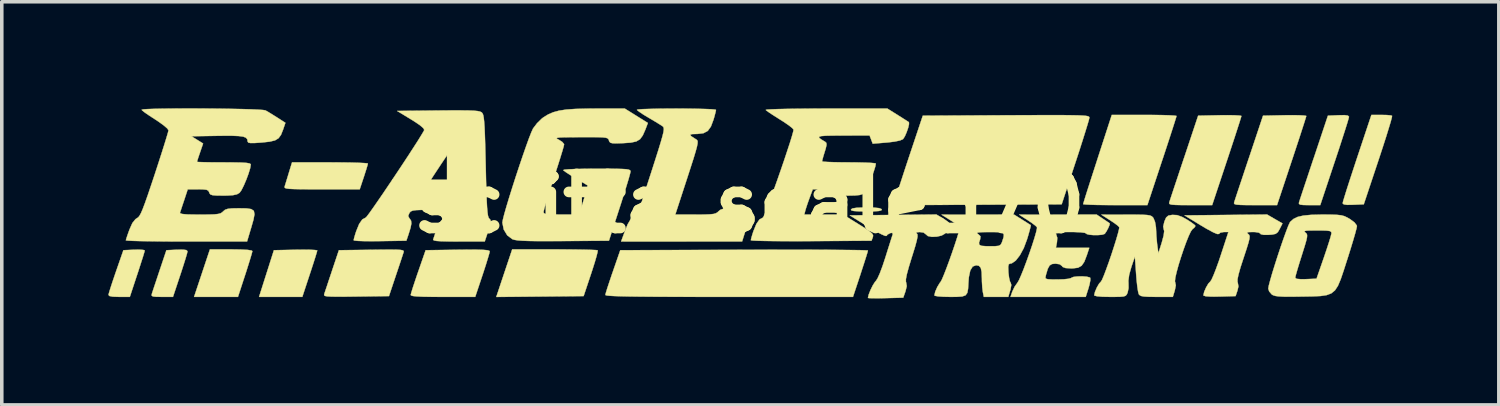
<source format=kicad_pcb>
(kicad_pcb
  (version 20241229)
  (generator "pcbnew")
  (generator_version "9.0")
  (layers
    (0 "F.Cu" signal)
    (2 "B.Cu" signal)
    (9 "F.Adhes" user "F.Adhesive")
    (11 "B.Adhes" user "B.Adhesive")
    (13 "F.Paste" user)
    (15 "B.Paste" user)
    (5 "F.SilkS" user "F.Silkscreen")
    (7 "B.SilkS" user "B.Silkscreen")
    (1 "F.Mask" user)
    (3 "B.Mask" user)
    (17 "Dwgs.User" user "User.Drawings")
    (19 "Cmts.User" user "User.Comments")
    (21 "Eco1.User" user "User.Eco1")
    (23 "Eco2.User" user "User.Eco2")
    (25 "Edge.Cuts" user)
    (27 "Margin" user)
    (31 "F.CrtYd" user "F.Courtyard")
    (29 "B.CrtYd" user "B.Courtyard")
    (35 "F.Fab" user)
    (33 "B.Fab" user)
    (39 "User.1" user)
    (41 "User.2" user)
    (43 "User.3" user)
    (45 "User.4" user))
  (footprint "scritta_scale570"
    (layer "F.Cu")
    (at 18.049 2.681)
    (property "Reference" "scritta_scale570" (at 0 0 0) (layer "F.SilkS") (effects (font (size 1.524 1.524) (thickness 0.3))))
    (attr through_hole)
    (fp_poly (pts (xy -14.315 1.296) (xy -14.123 1.306) (xy -14.016 1.323) (xy -13.992 1.34) (xy -14.006 1.397) (xy -14.042 1.522) (xy -14.097 1.7) (xy -14.164 1.913) (xy -14.195 2.008) (xy -14.398 2.629) (xy -15.634 2.629) (xy -15.411 1.961) (xy -15.188 1.292) (xy -14.59 1.292) (xy -14.315 1.296)) (stroke (width 0.01) (type solid)) (fill yes) (layer "F.SilkS"))
    (fp_poly (pts (xy -12.369 1.302) (xy -12.235 1.309) (xy -12.169 1.319) (xy -12.165 1.323) (xy -12.179 1.375) (xy -12.215 1.495) (xy -12.27 1.669) (xy -12.339 1.881) (xy -12.376 1.993) (xy -12.586 2.629) (xy -13.804 2.629) (xy -13.595 1.972) (xy -13.386 1.315) (xy -12.776 1.302) (xy -12.554 1.3) (xy -12.369 1.302)) (stroke (width 0.01) (type solid)) (fill yes) (layer "F.SilkS"))
    (fp_poly (pts (xy 3.518 0.116) (xy 3.657 0.13) (xy 3.724 0.156) (xy 3.732 0.167) (xy 3.718 0.194) (xy 3.648 0.211) (xy 3.511 0.22) (xy 3.298 0.223) (xy 3.083 0.22) (xy 2.946 0.211) (xy 2.877 0.194) (xy 2.863 0.167) (xy 2.907 0.138) (xy 3.021 0.12) (xy 3.213 0.112) (xy 3.298 0.111) (xy 3.518 0.116)) (stroke (width 0.01) (type solid)) (fill yes) (layer "F.SilkS"))
    (fp_poly (pts (xy -5.168 1.293) (xy -4.88 1.296) (xy -4.635 1.3) (xy -4.443 1.305) (xy -4.316 1.311) (xy -4.267 1.318) (xy -4.272 1.367) (xy -4.301 1.484) (xy -4.351 1.656) (xy -4.417 1.865) (xy -4.453 1.975) (xy -4.664 2.607) (xy -5.894 2.619) (xy -7.124 2.631) (xy -6.9 1.961) (xy -6.676 1.292) (xy -5.485 1.292) (xy -5.168 1.293)) (stroke (width 0.01) (type solid)) (fill yes) (layer "F.SilkS"))
    (fp_poly (pts (xy -17.065 1.307) (xy -17.022 1.322) (xy -17.022 1.322) (xy -17.036 1.374) (xy -17.072 1.495) (xy -17.128 1.669) (xy -17.196 1.881) (xy -17.233 1.993) (xy -17.443 2.629) (xy -17.745 2.629) (xy -17.922 2.623) (xy -18.018 2.604) (xy -18.044 2.573) (xy -18.029 2.513) (xy -17.99 2.385) (xy -17.932 2.207) (xy -17.86 1.995) (xy -17.833 1.916) (xy -17.624 1.315) (xy -17.323 1.301) (xy -17.173 1.299) (xy -17.065 1.307)) (stroke (width 0.01) (type solid)) (fill yes) (layer "F.SilkS"))
    (fp_poly (pts (xy -15.852 1.311) (xy -15.82 1.341) (xy -15.819 1.346) (xy -15.833 1.407) (xy -15.87 1.536) (xy -15.926 1.715) (xy -15.995 1.929) (xy -16.024 2.016) (xy -16.228 2.629) (xy -16.539 2.629) (xy -16.702 2.627) (xy -16.792 2.617) (xy -16.828 2.594) (xy -16.826 2.554) (xy -16.825 2.551) (xy -16.803 2.482) (xy -16.758 2.346) (xy -16.696 2.161) (xy -16.625 1.947) (xy -16.607 1.894) (xy -16.413 1.315) (xy -16.116 1.301) (xy -15.947 1.299) (xy -15.852 1.311)) (stroke (width 0.01) (type solid)) (fill yes) (layer "F.SilkS"))
    (fp_poly (pts (xy -11.509 -1.157) (xy -11.243 -1.154) (xy -11.022 -1.148) (xy -10.856 -1.14) (xy -10.76 -1.132) (xy -10.739 -1.125) (xy -10.753 -1.07) (xy -10.788 -0.953) (xy -10.838 -0.796) (xy -10.854 -0.747) (xy -10.969 -0.401) (xy -12.038 -0.401) (xy -12.374 -0.401) (xy -12.631 -0.403) (xy -12.819 -0.407) (xy -12.948 -0.413) (xy -13.029 -0.423) (xy -13.072 -0.437) (xy -13.086 -0.457) (xy -13.083 -0.479) (xy -13.058 -0.56) (xy -13.016 -0.696) (xy -12.967 -0.858) (xy -12.875 -1.159) (xy -11.807 -1.159) (xy -11.509 -1.157)) (stroke (width 0.01) (type solid)) (fill yes) (layer "F.SilkS"))
    (fp_poly (pts (xy 17.948 -2.492) (xy 18.058 -2.482) (xy 18.102 -2.47) (xy 18.095 -2.423) (xy 18.063 -2.302) (xy 18.008 -2.119) (xy 17.935 -1.883) (xy 17.846 -1.606) (xy 17.745 -1.298) (xy 17.716 -1.211) (xy 17.305 0.022) (xy 17.008 0.035) (xy 16.838 0.038) (xy 16.744 0.025) (xy 16.711 -0.004) (xy 16.711 -0.009) (xy 16.724 -0.065) (xy 16.763 -0.194) (xy 16.822 -0.385) (xy 16.9 -0.627) (xy 16.992 -0.908) (xy 17.094 -1.218) (xy 17.115 -1.281) (xy 17.52 -2.495) (xy 17.799 -2.495) (xy 17.948 -2.492)) (stroke (width 0.01) (type solid)) (fill yes) (layer "F.SilkS"))
    (fp_poly (pts (xy -7.653 1.3) (xy -7.485 1.305) (xy -7.377 1.315) (xy -7.322 1.33) (xy -7.308 1.347) (xy -7.322 1.408) (xy -7.359 1.536) (xy -7.414 1.715) (xy -7.483 1.929) (xy -7.512 2.016) (xy -7.717 2.629) (xy -8.626 2.629) (xy -8.949 2.628) (xy -9.19 2.624) (xy -9.361 2.616) (xy -9.469 2.605) (xy -9.523 2.589) (xy -9.533 2.573) (xy -9.518 2.513) (xy -9.479 2.385) (xy -9.42 2.207) (xy -9.349 1.995) (xy -9.321 1.916) (xy -9.113 1.315) (xy -8.21 1.302) (xy -7.892 1.299) (xy -7.653 1.3)) (stroke (width 0.01) (type solid)) (fill yes) (layer "F.SilkS"))
    (fp_poly (pts (xy 16.856 -2.476) (xy 16.888 -2.447) (xy 16.889 -2.442) (xy 16.875 -2.386) (xy 16.837 -2.257) (xy 16.777 -2.066) (xy 16.699 -1.824) (xy 16.608 -1.543) (xy 16.505 -1.233) (xy 16.484 -1.17) (xy 16.079 0.045) (xy 15.768 0.045) (xy 15.605 0.042) (xy 15.515 0.032) (xy 15.479 0.009) (xy 15.481 -0.031) (xy 15.482 -0.033) (xy 15.502 -0.095) (xy 15.546 -0.229) (xy 15.611 -0.425) (xy 15.693 -0.67) (xy 15.787 -0.953) (xy 15.89 -1.262) (xy 15.901 -1.292) (xy 16.295 -2.473) (xy 16.592 -2.486) (xy 16.761 -2.489) (xy 16.856 -2.476)) (stroke (width 0.01) (type solid)) (fill yes) (layer "F.SilkS"))
    (fp_poly (pts (xy 13.656 -2.485) (xy 13.79 -2.478) (xy 13.855 -2.468) (xy 13.859 -2.464) (xy 13.845 -2.415) (xy 13.807 -2.292) (xy 13.747 -2.106) (xy 13.67 -1.868) (xy 13.578 -1.589) (xy 13.476 -1.28) (xy 13.447 -1.193) (xy 13.035 0.045) (xy 12.419 0.045) (xy 12.174 0.044) (xy 12.005 0.04) (xy 11.899 0.032) (xy 11.843 0.018) (xy 11.824 -0.005) (xy 11.828 -0.033) (xy 11.848 -0.095) (xy 11.892 -0.229) (xy 11.957 -0.425) (xy 12.039 -0.67) (xy 12.133 -0.953) (xy 12.236 -1.262) (xy 12.247 -1.292) (xy 12.641 -2.473) (xy 13.25 -2.486) (xy 13.471 -2.488) (xy 13.656 -2.485)) (stroke (width 0.01) (type solid)) (fill yes) (layer "F.SilkS"))
    (fp_poly (pts (xy 15.483 -2.485) (xy 15.617 -2.478) (xy 15.682 -2.468) (xy 15.686 -2.464) (xy 15.672 -2.415) (xy 15.634 -2.292) (xy 15.574 -2.106) (xy 15.497 -1.868) (xy 15.405 -1.589) (xy 15.303 -1.28) (xy 15.274 -1.193) (xy 14.862 0.045) (xy 14.246 0.045) (xy 14.001 0.044) (xy 13.832 0.04) (xy 13.726 0.032) (xy 13.67 0.018) (xy 13.651 -0.005) (xy 13.655 -0.033) (xy 13.675 -0.095) (xy 13.719 -0.229) (xy 13.784 -0.425) (xy 13.866 -0.67) (xy 13.96 -0.953) (xy 14.063 -1.262) (xy 14.074 -1.292) (xy 14.468 -2.473) (xy 15.077 -2.486) (xy 15.298 -2.488) (xy 15.483 -2.485)) (stroke (width 0.01) (type solid)) (fill yes) (layer "F.SilkS"))
    (fp_poly (pts (xy -9.928 1.3) (xy -9.821 1.306) (xy -9.76 1.318) (xy -9.733 1.335) (xy -9.73 1.358) (xy -9.733 1.369) (xy -9.756 1.439) (xy -9.801 1.576) (xy -9.862 1.76) (xy -9.934 1.974) (xy -9.952 2.028) (xy -10.146 2.607) (xy -11.07 2.619) (xy -11.379 2.623) (xy -11.61 2.624) (xy -11.773 2.621) (xy -11.88 2.615) (xy -11.942 2.604) (xy -11.969 2.587) (xy -11.971 2.563) (xy -11.969 2.552) (xy -11.946 2.482) (xy -11.9 2.346) (xy -11.839 2.161) (xy -11.767 1.947) (xy -11.75 1.894) (xy -11.556 1.315) (xy -10.632 1.303) (xy -10.323 1.299) (xy -10.092 1.298) (xy -9.928 1.3)) (stroke (width 0.01) (type solid)) (fill yes) (layer "F.SilkS"))
    (fp_poly (pts (xy 11.394 -2.494) (xy 11.636 -2.49) (xy 11.83 -2.484) (xy 11.966 -2.476) (xy 12.029 -2.467) (xy 12.032 -2.465) (xy 12.018 -2.416) (xy 11.98 -2.294) (xy 11.921 -2.109) (xy 11.844 -1.871) (xy 11.753 -1.593) (xy 11.651 -1.283) (xy 11.621 -1.195) (xy 11.211 0.045) (xy 10.307 0.045) (xy 10.034 0.043) (xy 9.794 0.04) (xy 9.6 0.034) (xy 9.466 0.027) (xy 9.405 0.019) (xy 9.402 0.017) (xy 9.416 -0.03) (xy 9.453 -0.152) (xy 9.511 -0.337) (xy 9.587 -0.574) (xy 9.677 -0.853) (xy 9.777 -1.162) (xy 9.806 -1.253) (xy 10.209 -2.495) (xy 11.12 -2.495) (xy 11.394 -2.494)) (stroke (width 0.01) (type solid)) (fill yes) (layer "F.SilkS"))
    (fp_poly (pts (xy 8.84 -2.489) (xy 9.072 -2.486) (xy 9.25 -2.483) (xy 9.381 -2.477) (xy 9.472 -2.47) (xy 9.53 -2.46) (xy 9.562 -2.447) (xy 9.576 -2.433) (xy 9.578 -2.418) (xy 9.564 -2.356) (xy 9.525 -2.222) (xy 9.465 -2.026) (xy 9.388 -1.781) (xy 9.298 -1.498) (xy 9.197 -1.189) (xy 9.187 -1.159) (xy 8.798 0.022) (xy 6.43 0.034) (xy 4.062 0.045) (xy 4.169 -0.3) (xy 4.216 -0.45) (xy 4.286 -0.664) (xy 4.371 -0.925) (xy 4.466 -1.213) (xy 4.565 -1.509) (xy 4.582 -1.56) (xy 4.887 -2.473) (xy 7.234 -2.485) (xy 7.752 -2.487) (xy 8.187 -2.489) (xy 8.548 -2.489) (xy 8.84 -2.489)) (stroke (width 0.01) (type solid)) (fill yes) (layer "F.SilkS"))
    (fp_poly (pts (xy 1.415 1.301) (xy 1.864 1.302) (xy 2.266 1.304) (xy 2.615 1.307) (xy 2.903 1.31) (xy 3.124 1.313) (xy 3.272 1.318) (xy 3.339 1.322) (xy 3.342 1.324) (xy 3.329 1.375) (xy 3.292 1.496) (xy 3.237 1.669) (xy 3.168 1.881) (xy 3.132 1.993) (xy 2.921 2.629) (xy -0.567 2.629) (xy -1.231 2.629) (xy -1.81 2.628) (xy -2.311 2.626) (xy -2.737 2.624) (xy -3.093 2.621) (xy -3.385 2.617) (xy -3.616 2.612) (xy -3.793 2.606) (xy -3.92 2.599) (xy -4.002 2.591) (xy -4.044 2.581) (xy -4.052 2.573) (xy -4.037 2.513) (xy -3.998 2.385) (xy -3.939 2.207) (xy -3.868 1.995) (xy -3.84 1.916) (xy -3.632 1.315) (xy -0.145 1.303) (xy 0.404 1.302) (xy 0.926 1.301) (xy 1.415 1.301)) (stroke (width 0.01) (type solid)) (fill yes) (layer "F.SilkS"))
    (fp_poly (pts (xy 14.798 0.436) (xy 15.015 0.561) (xy 14.938 0.715) (xy 14.885 0.806) (xy 14.823 0.854) (xy 14.723 0.875) (xy 14.627 0.882) (xy 14.483 0.882) (xy 14.404 0.864) (xy 14.393 0.849) (xy 14.353 0.821) (xy 14.251 0.804) (xy 14.184 0.802) (xy 14.063 0.805) (xy 14.018 0.819) (xy 14.037 0.847) (xy 14.051 0.858) (xy 14.079 0.885) (xy 14.091 0.927) (xy 14.084 0.996) (xy 14.057 1.106) (xy 14.006 1.272) (xy 13.929 1.506) (xy 13.92 1.533) (xy 13.832 1.803) (xy 13.777 1.999) (xy 13.75 2.131) (xy 13.75 2.208) (xy 13.756 2.224) (xy 13.775 2.334) (xy 13.748 2.451) (xy 13.695 2.607) (xy 13.242 2.62) (xy 13.006 2.622) (xy 12.856 2.612) (xy 12.791 2.591) (xy 12.789 2.585) (xy 12.811 2.487) (xy 12.864 2.365) (xy 12.928 2.255) (xy 12.981 2.199) (xy 13.017 2.146) (xy 13.073 2.022) (xy 13.143 1.844) (xy 13.221 1.628) (xy 13.27 1.482) (xy 13.493 0.802) (xy 13.368 0.802) (xy 13.271 0.819) (xy 13.224 0.857) (xy 13.179 0.859) (xy 13.067 0.812) (xy 12.891 0.718) (xy 12.731 0.623) (xy 12.255 0.334) (xy 13.419 0.322) (xy 14.582 0.31) (xy 14.798 0.436)) (stroke (width 0.01) (type solid)) (fill yes) (layer "F.SilkS"))
    (fp_poly (pts (xy 5.468 0.426) (xy 5.597 0.516) (xy 5.643 0.588) (xy 5.64 0.609) (xy 5.617 0.692) (xy 5.615 0.715) (xy 5.585 0.77) (xy 5.517 0.845) (xy 5.416 0.902) (xy 5.282 0.933) (xy 5.143 0.939) (xy 5.03 0.916) (xy 4.975 0.869) (xy 4.911 0.819) (xy 4.803 0.803) (xy 4.712 0.811) (xy 4.707 0.834) (xy 4.718 0.842) (xy 4.737 0.872) (xy 4.738 0.934) (xy 4.717 1.041) (xy 4.673 1.205) (xy 4.602 1.436) (xy 4.576 1.516) (xy 4.492 1.792) (xy 4.437 1.994) (xy 4.411 2.129) (xy 4.412 2.208) (xy 4.418 2.223) (xy 4.435 2.326) (xy 4.399 2.473) (xy 4.336 2.651) (xy 3.839 2.664) (xy 3.641 2.668) (xy 3.48 2.667) (xy 3.375 2.664) (xy 3.342 2.658) (xy 3.363 2.567) (xy 3.414 2.437) (xy 3.479 2.305) (xy 3.541 2.207) (xy 3.563 2.184) (xy 3.611 2.112) (xy 3.676 1.968) (xy 3.753 1.763) (xy 3.835 1.515) (xy 3.904 1.294) (xy 3.965 1.102) (xy 4.011 0.956) (xy 4.039 0.872) (xy 4.042 0.861) (xy 4.027 0.826) (xy 3.972 0.832) (xy 3.892 0.875) (xy 3.868 0.911) (xy 3.827 0.911) (xy 3.72 0.865) (xy 3.556 0.777) (xy 3.343 0.65) (xy 3.342 0.65) (xy 2.83 0.334) (xy 4.05 0.322) (xy 5.27 0.31) (xy 5.468 0.426)) (stroke (width 0.01) (type solid)) (fill yes) (layer "F.SilkS"))
    (fp_poly (pts (xy 9.96 0.43) (xy 10.067 0.501) (xy 10.137 0.549) (xy 10.151 0.558) (xy 10.146 0.602) (xy 10.11 0.688) (xy 10.061 0.781) (xy 10.015 0.848) (xy 10.005 0.857) (xy 9.935 0.879) (xy 9.819 0.889) (xy 9.689 0.889) (xy 9.573 0.878) (xy 9.501 0.859) (xy 9.492 0.847) (xy 9.449 0.826) (xy 9.33 0.811) (xy 9.148 0.803) (xy 9.041 0.802) (xy 8.837 0.804) (xy 8.709 0.81) (xy 8.644 0.823) (xy 8.63 0.844) (xy 8.642 0.866) (xy 8.674 0.965) (xy 8.665 1.088) (xy 8.635 1.248) (xy 9.575 1.248) (xy 9.505 1.459) (xy 9.435 1.641) (xy 9.359 1.752) (xy 9.258 1.808) (xy 9.111 1.826) (xy 9.066 1.827) (xy 8.909 1.817) (xy 8.826 1.786) (xy 8.807 1.76) (xy 8.742 1.71) (xy 8.623 1.693) (xy 8.524 1.704) (xy 8.457 1.746) (xy 8.406 1.839) (xy 8.358 1.999) (xy 8.351 2.03) (xy 8.34 2.084) (xy 8.353 2.116) (xy 8.407 2.132) (xy 8.517 2.138) (xy 8.682 2.139) (xy 8.853 2.134) (xy 8.987 2.12) (xy 9.061 2.1) (xy 9.068 2.094) (xy 9.127 2.068) (xy 9.241 2.054) (xy 9.378 2.051) (xy 9.505 2.061) (xy 9.589 2.082) (xy 9.603 2.094) (xy 9.605 2.158) (xy 9.583 2.276) (xy 9.553 2.384) (xy 9.475 2.629) (xy 7.357 2.629) (xy 7.406 2.484) (xy 7.472 2.344) (xy 7.554 2.228) (xy 7.596 2.156) (xy 7.656 2.02) (xy 7.73 1.837) (xy 7.81 1.623) (xy 7.891 1.397) (xy 7.967 1.174) (xy 8.031 0.973) (xy 8.078 0.81) (xy 8.102 0.701) (xy 8.103 0.67) (xy 8.06 0.625) (xy 7.963 0.551) (xy 7.843 0.47) (xy 7.598 0.314) (xy 8.69 0.313) (xy 9.783 0.312) (xy 9.96 0.43)) (stroke (width 0.01) (type solid)) (fill yes) (layer "F.SilkS"))
    (fp_poly (pts (xy -1.745 -2.672) (xy -1.473 -2.668) (xy -1.243 -2.662) (xy -1.07 -2.655) (xy -0.964 -2.645) (xy -0.936 -2.637) (xy -0.948 -2.577) (xy -0.978 -2.461) (xy -1.005 -2.367) (xy -1.079 -2.169) (xy -1.168 -2.045) (xy -1.29 -1.98) (xy -1.464 -1.959) (xy -1.482 -1.959) (xy -1.612 -1.955) (xy -1.664 -1.937) (xy -1.636 -1.897) (xy -1.529 -1.827) (xy -1.488 -1.802) (xy -1.465 -1.781) (xy -1.453 -1.748) (xy -1.456 -1.69) (xy -1.474 -1.598) (xy -1.511 -1.462) (xy -1.569 -1.27) (xy -1.651 -1.014) (xy -1.746 -0.721) (xy -2.083 0.312) (xy -1.516 0.312) (xy -1.279 0.311) (xy -1.114 0.305) (xy -1.005 0.294) (xy -0.935 0.273) (xy -0.888 0.242) (xy -0.869 0.223) (xy -0.814 0.177) (xy -0.737 0.15) (xy -0.616 0.137) (xy -0.429 0.134) (xy -0.422 0.134) (xy -0.212 0.137) (xy -0.075 0.158) (xy -0.002 0.208) (xy 0.015 0.302) (xy -0.013 0.454) (xy -0.075 0.664) (xy -0.201 1.068) (xy -3.608 1.069) (xy -3.5 0.773) (xy -3.424 0.585) (xy -3.356 0.47) (xy -3.284 0.414) (xy -3.22 0.402) (xy -3.168 0.392) (xy -3.164 0.386) (xy -3.151 0.342) (xy -3.114 0.223) (xy -3.056 0.041) (xy -2.981 -0.194) (xy -2.892 -0.471) (xy -2.792 -0.78) (xy -2.762 -0.872) (xy -2.647 -1.231) (xy -2.557 -1.514) (xy -2.491 -1.731) (xy -2.445 -1.892) (xy -2.417 -2.006) (xy -2.406 -2.082) (xy -2.409 -2.131) (xy -2.423 -2.16) (xy -2.439 -2.175) (xy -2.514 -2.224) (xy -2.641 -2.302) (xy -2.797 -2.395) (xy -2.84 -2.42) (xy -2.988 -2.509) (xy -3.1 -2.584) (xy -3.159 -2.632) (xy -3.163 -2.64) (xy -3.121 -2.649) (xy -3.001 -2.658) (xy -2.816 -2.664) (xy -2.578 -2.67) (xy -2.298 -2.673) (xy -2.05 -2.674) (xy -1.745 -2.672)) (stroke (width 0.01) (type solid)) (fill yes) (layer "F.SilkS"))
    (fp_poly (pts (xy 16.385 0.313) (xy 16.551 0.319) (xy 16.669 0.332) (xy 16.759 0.356) (xy 16.841 0.395) (xy 16.909 0.434) (xy 17.042 0.531) (xy 17.107 0.617) (xy 17.112 0.641) (xy 17.098 0.708) (xy 17.062 0.845) (xy 17.006 1.038) (xy 16.935 1.272) (xy 16.853 1.533) (xy 16.843 1.563) (xy 16.74 1.885) (xy 16.656 2.132) (xy 16.578 2.316) (xy 16.494 2.445) (xy 16.392 2.529) (xy 16.261 2.579) (xy 16.088 2.605) (xy 15.861 2.615) (xy 15.569 2.62) (xy 15.552 2.62) (xy 15.27 2.624) (xy 15.062 2.623) (xy 14.916 2.616) (xy 14.817 2.603) (xy 14.751 2.582) (xy 14.716 2.562) (xy 14.641 2.476) (xy 14.616 2.396) (xy 14.63 2.313) (xy 14.669 2.165) (xy 14.69 2.092) (xy 15.374 2.092) (xy 15.414 2.121) (xy 15.538 2.132) (xy 15.674 2.13) (xy 15.975 2.117) (xy 16.184 1.515) (xy 16.259 1.293) (xy 16.323 1.096) (xy 16.37 0.943) (xy 16.393 0.85) (xy 16.396 0.836) (xy 16.387 0.799) (xy 16.349 0.775) (xy 16.263 0.763) (xy 16.115 0.758) (xy 15.989 0.758) (xy 15.799 0.759) (xy 15.686 0.765) (xy 15.637 0.778) (xy 15.641 0.8) (xy 15.662 0.818) (xy 15.693 0.846) (xy 15.709 0.884) (xy 15.707 0.946) (xy 15.685 1.047) (xy 15.64 1.202) (xy 15.57 1.425) (xy 15.559 1.46) (xy 15.491 1.676) (xy 15.434 1.864) (xy 15.394 2.005) (xy 15.375 2.084) (xy 15.374 2.092) (xy 14.69 2.092) (xy 14.726 1.966) (xy 14.798 1.734) (xy 14.878 1.484) (xy 14.961 1.233) (xy 15.043 0.996) (xy 15.117 0.79) (xy 15.178 0.631) (xy 15.222 0.535) (xy 15.233 0.517) (xy 15.325 0.435) (xy 15.444 0.377) (xy 15.605 0.34) (xy 15.823 0.319) (xy 16.112 0.312) (xy 16.15 0.312) (xy 16.385 0.313)) (stroke (width 0.01) (type solid)) (fill yes) (layer "F.SilkS"))
    (fp_poly (pts (xy 10.879 0.313) (xy 11.068 0.316) (xy 11.198 0.323) (xy 11.281 0.336) (xy 11.332 0.357) (xy 11.366 0.388) (xy 11.383 0.411) (xy 11.426 0.516) (xy 11.452 0.665) (xy 11.456 0.734) (xy 11.466 0.925) (xy 11.484 1.128) (xy 11.491 1.181) (xy 11.521 1.404) (xy 11.618 1.094) (xy 11.67 0.899) (xy 11.685 0.774) (xy 11.673 0.732) (xy 11.657 0.649) (xy 11.69 0.508) (xy 11.739 0.395) (xy 11.801 0.341) (xy 11.908 0.321) (xy 11.917 0.32) (xy 12.049 0.327) (xy 12.191 0.378) (xy 12.325 0.452) (xy 12.45 0.533) (xy 12.537 0.598) (xy 12.566 0.631) (xy 12.534 0.679) (xy 12.48 0.724) (xy 12.435 0.787) (xy 12.374 0.916) (xy 12.303 1.093) (xy 12.228 1.3) (xy 12.154 1.521) (xy 12.087 1.737) (xy 12.034 1.932) (xy 11.998 2.088) (xy 11.987 2.189) (xy 11.993 2.213) (xy 12.012 2.303) (xy 11.983 2.448) (xy 11.928 2.629) (xy 11.469 2.629) (xy 11.257 2.627) (xy 11.117 2.619) (xy 11.032 2.603) (xy 10.986 2.575) (xy 10.968 2.551) (xy 10.949 2.476) (xy 10.927 2.334) (xy 10.907 2.148) (xy 10.894 1.983) (xy 10.86 1.493) (xy 10.758 1.794) (xy 10.699 2.004) (xy 10.676 2.175) (xy 10.679 2.239) (xy 10.681 2.383) (xy 10.655 2.507) (xy 10.631 2.562) (xy 10.598 2.598) (xy 10.539 2.618) (xy 10.435 2.627) (xy 10.268 2.629) (xy 10.161 2.629) (xy 9.945 2.625) (xy 9.795 2.612) (xy 9.721 2.592) (xy 9.714 2.583) (xy 9.736 2.488) (xy 9.788 2.366) (xy 9.852 2.256) (xy 9.904 2.199) (xy 9.935 2.148) (xy 9.986 2.028) (xy 10.051 1.857) (xy 10.125 1.652) (xy 10.201 1.43) (xy 10.273 1.208) (xy 10.337 1.004) (xy 10.386 0.833) (xy 10.415 0.714) (xy 10.419 0.666) (xy 10.377 0.623) (xy 10.28 0.55) (xy 10.16 0.47) (xy 9.915 0.314) (xy 10.614 0.313) (xy 10.879 0.313)) (stroke (width 0.01) (type solid)) (fill yes) (layer "F.SilkS"))
    (fp_poly (pts (xy 7.683 0.454) (xy 7.806 0.531) (xy 7.895 0.588) (xy 7.927 0.608) (xy 7.922 0.653) (xy 7.894 0.763) (xy 7.85 0.919) (xy 7.822 1.01) (xy 7.73 1.255) (xy 7.621 1.457) (xy 7.506 1.605) (xy 7.393 1.684) (xy 7.342 1.693) (xy 7.307 1.712) (xy 7.292 1.781) (xy 7.297 1.916) (xy 7.299 1.95) (xy 7.317 2.093) (xy 7.342 2.197) (xy 7.362 2.233) (xy 7.379 2.293) (xy 7.358 2.415) (xy 7.349 2.445) (xy 7.294 2.629) (xy 6.606 2.629) (xy 6.578 2.49) (xy 6.562 2.362) (xy 6.552 2.195) (xy 6.551 2.115) (xy 6.544 1.927) (xy 6.519 1.811) (xy 6.469 1.754) (xy 6.389 1.738) (xy 6.292 1.774) (xy 6.224 1.884) (xy 6.184 2.073) (xy 6.172 2.228) (xy 6.162 2.402) (xy 6.14 2.516) (xy 6.091 2.584) (xy 5.998 2.617) (xy 5.845 2.628) (xy 5.655 2.629) (xy 5.467 2.625) (xy 5.32 2.615) (xy 5.231 2.599) (xy 5.214 2.587) (xy 5.237 2.483) (xy 5.296 2.35) (xy 5.368 2.231) (xy 5.389 2.206) (xy 5.425 2.14) (xy 5.481 2.008) (xy 5.552 1.826) (xy 5.631 1.613) (xy 5.711 1.387) (xy 5.787 1.164) (xy 5.852 0.964) (xy 5.894 0.826) (xy 6.414 0.826) (xy 6.424 0.847) (xy 6.444 0.859) (xy 6.511 0.923) (xy 6.503 1.003) (xy 6.47 1.103) (xy 6.478 1.163) (xy 6.541 1.192) (xy 6.673 1.202) (xy 6.769 1.203) (xy 6.931 1.201) (xy 7.027 1.191) (xy 7.079 1.161) (xy 7.11 1.105) (xy 7.125 1.063) (xy 7.163 0.945) (xy 7.169 0.87) (xy 7.131 0.827) (xy 7.035 0.808) (xy 6.869 0.804) (xy 6.762 0.804) (xy 6.572 0.806) (xy 6.46 0.813) (xy 6.414 0.826) (xy 5.894 0.826) (xy 5.9 0.804) (xy 5.925 0.702) (xy 5.927 0.683) (xy 5.891 0.635) (xy 5.799 0.559) (xy 5.67 0.473) (xy 5.414 0.314) (xy 7.456 0.312) (xy 7.683 0.454)) (stroke (width 0.01) (type solid)) (fill yes) (layer "F.SilkS"))
    (fp_poly (pts (xy -7.912 -2.62) (xy -7.759 -2.614) (xy -7.653 -2.604) (xy -7.584 -2.59) (xy -7.542 -2.571) (xy -7.53 -2.562) (xy -7.509 -2.534) (xy -7.491 -2.489) (xy -7.477 -2.415) (xy -7.465 -2.305) (xy -7.454 -2.149) (xy -7.445 -1.937) (xy -7.436 -1.66) (xy -7.427 -1.308) (xy -7.421 -1.059) (xy -7.412 -0.655) (xy -7.402 -0.331) (xy -7.393 -0.079) (xy -7.383 0.111) (xy -7.371 0.247) (xy -7.358 0.339) (xy -7.342 0.394) (xy -7.323 0.423) (xy -7.32 0.425) (xy -7.287 0.461) (xy -7.279 0.515) (xy -7.299 0.61) (xy -7.348 0.766) (xy -7.35 0.773) (xy -7.449 1.069) (xy -8.185 1.069) (xy -8.468 1.068) (xy -8.672 1.063) (xy -8.806 1.054) (xy -8.879 1.04) (xy -8.902 1.02) (xy -8.901 1.014) (xy -8.877 0.942) (xy -8.835 0.818) (xy -8.803 0.721) (xy -8.726 0.543) (xy -8.638 0.446) (xy -8.618 0.435) (xy -8.528 0.355) (xy -8.511 0.282) (xy -8.514 0.237) (xy -8.534 0.208) (xy -8.585 0.19) (xy -8.683 0.181) (xy -8.843 0.179) (xy -9.013 0.178) (xy -9.233 0.18) (xy -9.381 0.186) (xy -9.474 0.199) (xy -9.53 0.222) (xy -9.565 0.259) (xy -9.571 0.269) (xy -9.605 0.351) (xy -9.571 0.417) (xy -9.56 0.428) (xy -9.523 0.485) (xy -9.515 0.563) (xy -9.538 0.684) (xy -9.594 0.864) (xy -9.603 0.891) (xy -9.656 1.047) (xy -10.398 1.059) (xy -10.644 1.061) (xy -10.856 1.059) (xy -11.018 1.053) (xy -11.117 1.043) (xy -11.14 1.034) (xy -11.127 0.973) (xy -11.094 0.859) (xy -11.067 0.777) (xy -10.985 0.576) (xy -10.897 0.449) (xy -10.808 0.401) (xy -10.804 0.401) (xy -10.77 0.365) (xy -10.695 0.266) (xy -10.586 0.112) (xy -10.45 -0.084) (xy -10.293 -0.313) (xy -10.124 -0.564) (xy -10.054 -0.668) (xy -8.967 -0.668) (xy -8.511 -0.668) (xy -8.511 -1.358) (xy -8.66 -1.136) (xy -8.756 -0.991) (xy -8.845 -0.856) (xy -8.888 -0.791) (xy -8.967 -0.668) (xy -10.054 -0.668) (xy -9.949 -0.825) (xy -9.774 -1.088) (xy -9.608 -1.34) (xy -9.458 -1.572) (xy -9.329 -1.772) (xy -9.231 -1.931) (xy -9.168 -2.037) (xy -9.152 -2.071) (xy -9.178 -2.123) (xy -9.278 -2.208) (xy -9.446 -2.321) (xy -9.522 -2.368) (xy -9.915 -2.607) (xy -8.761 -2.619) (xy -8.403 -2.622) (xy -8.123 -2.622) (xy -7.912 -2.62)) (stroke (width 0.01) (type solid)) (fill yes) (layer "F.SilkS"))
    (fp_poly (pts (xy -3.18 -2.471) (xy -2.855 -2.268) (xy -2.926 -2.081) (xy -2.998 -1.918) (xy -3.076 -1.811) (xy -3.181 -1.748) (xy -3.334 -1.715) (xy -3.547 -1.7) (xy -3.732 -1.694) (xy -3.847 -1.696) (xy -3.91 -1.712) (xy -3.94 -1.743) (xy -3.952 -1.778) (xy -3.964 -1.812) (xy -3.99 -1.836) (xy -4.041 -1.853) (xy -4.13 -1.863) (xy -4.271 -1.868) (xy -4.477 -1.869) (xy -4.74 -1.869) (xy -5.015 -1.867) (xy -5.212 -1.865) (xy -5.339 -1.86) (xy -5.407 -1.851) (xy -5.425 -1.838) (xy -5.404 -1.818) (xy -5.359 -1.794) (xy -5.263 -1.732) (xy -5.215 -1.672) (xy -5.214 -1.663) (xy -5.227 -1.605) (xy -5.264 -1.476) (xy -5.321 -1.289) (xy -5.394 -1.057) (xy -5.479 -0.796) (xy -5.503 -0.72) (xy -5.59 -0.451) (xy -5.667 -0.208) (xy -5.729 -0.004) (xy -5.772 0.146) (xy -5.792 0.23) (xy -5.793 0.239) (xy -5.783 0.271) (xy -5.742 0.292) (xy -5.656 0.304) (xy -5.51 0.31) (xy -5.292 0.311) (xy -4.79 0.311) (xy -4.665 -0.094) (xy -4.612 -0.27) (xy -4.574 -0.409) (xy -4.554 -0.494) (xy -4.554 -0.51) (xy -4.596 -0.536) (xy -4.696 -0.596) (xy -4.836 -0.679) (xy -4.891 -0.712) (xy -5.043 -0.804) (xy -5.162 -0.881) (xy -5.231 -0.933) (xy -5.239 -0.941) (xy -5.204 -0.953) (xy -5.092 -0.963) (xy -4.914 -0.971) (xy -4.682 -0.977) (xy -4.408 -0.98) (xy -4.303 -0.98) (xy -3.986 -0.98) (xy -3.747 -0.978) (xy -3.576 -0.973) (xy -3.461 -0.966) (xy -3.391 -0.953) (xy -3.356 -0.936) (xy -3.344 -0.913) (xy -3.343 -0.902) (xy -3.357 -0.839) (xy -3.394 -0.703) (xy -3.452 -0.511) (xy -3.525 -0.273) (xy -3.61 -0.005) (xy -3.648 0.111) (xy -3.951 1.047) (xy -5.24 1.057) (xy -5.635 1.059) (xy -5.952 1.059) (xy -6.198 1.055) (xy -6.383 1.048) (xy -6.518 1.038) (xy -6.61 1.023) (xy -6.67 1.005) (xy -6.815 0.896) (xy -6.914 0.731) (xy -6.952 0.538) (xy -6.952 0.537) (xy -6.937 0.451) (xy -6.898 0.296) (xy -6.837 0.083) (xy -6.76 -0.172) (xy -6.671 -0.456) (xy -6.575 -0.755) (xy -6.475 -1.057) (xy -6.377 -1.346) (xy -6.285 -1.61) (xy -6.204 -1.834) (xy -6.137 -2.005) (xy -6.09 -2.109) (xy -6.086 -2.115) (xy -5.977 -2.259) (xy -5.839 -2.394) (xy -5.795 -2.427) (xy -5.662 -2.509) (xy -5.52 -2.57) (xy -5.354 -2.615) (xy -5.15 -2.646) (xy -4.894 -2.664) (xy -4.573 -2.672) (xy -4.328 -2.674) (xy -3.506 -2.674) (xy -3.18 -2.471)) (stroke (width 0.01) (type solid)) (fill yes) (layer "F.SilkS"))
    (fp_poly (pts (xy 4.184 -2.489) (xy 4.325 -2.4) (xy 4.434 -2.331) (xy 4.492 -2.293) (xy 4.496 -2.29) (xy 4.499 -2.237) (xy 4.475 -2.133) (xy 4.432 -2.008) (xy 4.382 -1.893) (xy 4.334 -1.818) (xy 4.328 -1.812) (xy 4.244 -1.775) (xy 4.09 -1.743) (xy 3.884 -1.718) (xy 3.866 -1.717) (xy 3.477 -1.685) (xy 3.433 -1.801) (xy 3.389 -1.916) (xy 2.641 -1.915) (xy 2.358 -1.913) (xy 2.156 -1.909) (xy 2.029 -1.899) (xy 1.968 -1.881) (xy 1.967 -1.852) (xy 2.019 -1.81) (xy 2.114 -1.752) (xy 2.137 -1.739) (xy 2.171 -1.707) (xy 2.176 -1.649) (xy 2.152 -1.544) (xy 2.126 -1.46) (xy 2.084 -1.323) (xy 2.057 -1.222) (xy 2.05 -1.188) (xy 2.092 -1.178) (xy 2.209 -1.17) (xy 2.386 -1.164) (xy 2.608 -1.16) (xy 2.807 -1.159) (xy 3.056 -1.157) (xy 3.27 -1.152) (xy 3.436 -1.144) (xy 3.538 -1.134) (xy 3.565 -1.125) (xy 3.548 -1.038) (xy 3.504 -0.898) (xy 3.444 -0.73) (xy 3.376 -0.561) (xy 3.311 -0.416) (xy 3.26 -0.322) (xy 3.247 -0.306) (xy 3.191 -0.265) (xy 3.11 -0.24) (xy 2.982 -0.227) (xy 2.789 -0.223) (xy 2.763 -0.223) (xy 2.572 -0.224) (xy 2.454 -0.231) (xy 2.391 -0.248) (xy 2.366 -0.277) (xy 2.362 -0.312) (xy 2.353 -0.36) (xy 2.312 -0.387) (xy 2.22 -0.399) (xy 2.075 -0.401) (xy 1.789 -0.401) (xy 1.698 -0.158) (xy 1.642 -0.002) (xy 1.597 0.136) (xy 1.578 0.199) (xy 1.55 0.312) (xy 2.642 0.312) (xy 3.079 0.582) (xy 3.267 0.7) (xy 3.39 0.784) (xy 3.459 0.845) (xy 3.487 0.892) (xy 3.483 0.938) (xy 3.479 0.949) (xy 3.443 1.047) (xy 1.744 1.059) (xy 1.365 1.061) (xy 1.015 1.06) (xy 0.704 1.058) (xy 0.442 1.054) (xy 0.239 1.049) (xy 0.104 1.043) (xy 0.046 1.035) (xy 0.045 1.033) (xy 0.058 0.973) (xy 0.091 0.859) (xy 0.118 0.777) (xy 0.2 0.576) (xy 0.289 0.448) (xy 0.378 0.401) (xy 0.382 0.401) (xy 0.407 0.361) (xy 0.455 0.249) (xy 0.522 0.077) (xy 0.603 -0.14) (xy 0.694 -0.392) (xy 0.791 -0.664) (xy 0.889 -0.945) (xy 0.983 -1.22) (xy 1.069 -1.479) (xy 1.144 -1.707) (xy 1.201 -1.892) (xy 1.237 -2.022) (xy 1.248 -2.08) (xy 1.212 -2.124) (xy 1.116 -2.2) (xy 0.975 -2.297) (xy 0.867 -2.365) (xy 0.704 -2.468) (xy 0.571 -2.555) (xy 0.485 -2.616) (xy 0.464 -2.636) (xy 0.501 -2.645) (xy 0.619 -2.652) (xy 0.806 -2.659) (xy 1.055 -2.665) (xy 1.355 -2.669) (xy 1.697 -2.672) (xy 2.072 -2.674) (xy 2.165 -2.674) (xy 3.889 -2.674) (xy 4.184 -2.489)) (stroke (width 0.01) (type solid)) (fill yes) (layer "F.SilkS"))
    (fp_poly (pts (xy -15.594 -2.676) (xy -15.253 -2.674) (xy -14.916 -2.671) (xy -14.595 -2.666) (xy -14.3 -2.66) (xy -14.045 -2.653) (xy -13.839 -2.644) (xy -13.695 -2.634) (xy -13.625 -2.623) (xy -13.623 -2.622) (xy -13.534 -2.571) (xy -13.403 -2.49) (xy -13.294 -2.422) (xy -13.062 -2.273) (xy -13.129 -2.077) (xy -13.186 -1.934) (xy -13.255 -1.839) (xy -13.355 -1.778) (xy -13.505 -1.742) (xy -13.725 -1.718) (xy -13.736 -1.717) (xy -13.926 -1.704) (xy -14.044 -1.703) (xy -14.105 -1.715) (xy -14.125 -1.742) (xy -14.126 -1.751) (xy -14.136 -1.81) (xy -14.173 -1.853) (xy -14.248 -1.883) (xy -14.374 -1.9) (xy -14.56 -1.908) (xy -14.818 -1.908) (xy -14.979 -1.906) (xy -15.708 -1.894) (xy -15.544 -1.792) (xy -15.38 -1.69) (xy -15.466 -1.439) (xy -15.512 -1.304) (xy -15.543 -1.207) (xy -15.552 -1.174) (xy -15.51 -1.169) (xy -15.393 -1.165) (xy -15.216 -1.161) (xy -14.993 -1.159) (xy -14.794 -1.159) (xy -14.507 -1.157) (xy -14.299 -1.153) (xy -14.158 -1.144) (xy -14.076 -1.13) (xy -14.04 -1.11) (xy -14.037 -1.1) (xy -14.054 -0.995) (xy -14.1 -0.844) (xy -14.163 -0.673) (xy -14.234 -0.507) (xy -14.301 -0.374) (xy -14.354 -0.301) (xy -14.427 -0.259) (xy -14.537 -0.235) (xy -14.704 -0.224) (xy -14.816 -0.223) (xy -14.999 -0.225) (xy -15.112 -0.234) (xy -15.173 -0.255) (xy -15.201 -0.291) (xy -15.208 -0.312) (xy -15.232 -0.361) (xy -15.286 -0.388) (xy -15.391 -0.399) (xy -15.522 -0.401) (xy -15.812 -0.401) (xy -15.911 -0.1) (xy -15.964 0.057) (xy -16.006 0.185) (xy -16.031 0.255) (xy -16.031 0.256) (xy -16.019 0.28) (xy -15.955 0.296) (xy -15.83 0.307) (xy -15.631 0.311) (xy -15.474 0.312) (xy -15.234 0.311) (xy -15.067 0.306) (xy -14.956 0.294) (xy -14.885 0.275) (xy -14.838 0.244) (xy -14.817 0.223) (xy -14.762 0.177) (xy -14.685 0.15) (xy -14.564 0.137) (xy -14.376 0.134) (xy -14.37 0.134) (xy -14.16 0.137) (xy -14.024 0.157) (xy -13.951 0.207) (xy -13.933 0.302) (xy -13.961 0.454) (xy -14.021 0.664) (xy -14.142 1.069) (xy -15.85 1.069) (xy -16.23 1.069) (xy -16.58 1.066) (xy -16.892 1.062) (xy -17.154 1.058) (xy -17.358 1.052) (xy -17.494 1.045) (xy -17.553 1.038) (xy -17.555 1.036) (xy -17.539 0.98) (xy -17.501 0.866) (xy -17.454 0.736) (xy -17.371 0.549) (xy -17.284 0.441) (xy -17.245 0.415) (xy -17.208 0.39) (xy -17.171 0.345) (xy -17.129 0.269) (xy -17.079 0.153) (xy -17.017 -0.012) (xy -16.938 -0.235) (xy -16.84 -0.526) (xy -16.743 -0.816) (xy -16.642 -1.126) (xy -16.55 -1.411) (xy -16.472 -1.658) (xy -16.411 -1.856) (xy -16.37 -1.995) (xy -16.354 -2.061) (xy -16.354 -2.063) (xy -16.39 -2.115) (xy -16.487 -2.199) (xy -16.629 -2.302) (xy -16.732 -2.37) (xy -16.891 -2.473) (xy -17.018 -2.56) (xy -17.095 -2.621) (xy -17.111 -2.64) (xy -17.068 -2.651) (xy -16.949 -2.659) (xy -16.763 -2.666) (xy -16.523 -2.671) (xy -16.24 -2.674) (xy -15.927 -2.676) (xy -15.594 -2.676)) (stroke (width 0.01) (type solid)) (fill yes) (layer "F.SilkS")))
  (gr_rect
    (start -3 -3)
    (end 39.157 8.353)
    (stroke (width 0.1) (type default))
    (fill no)
    (layer "Edge.Cuts")))
</source>
